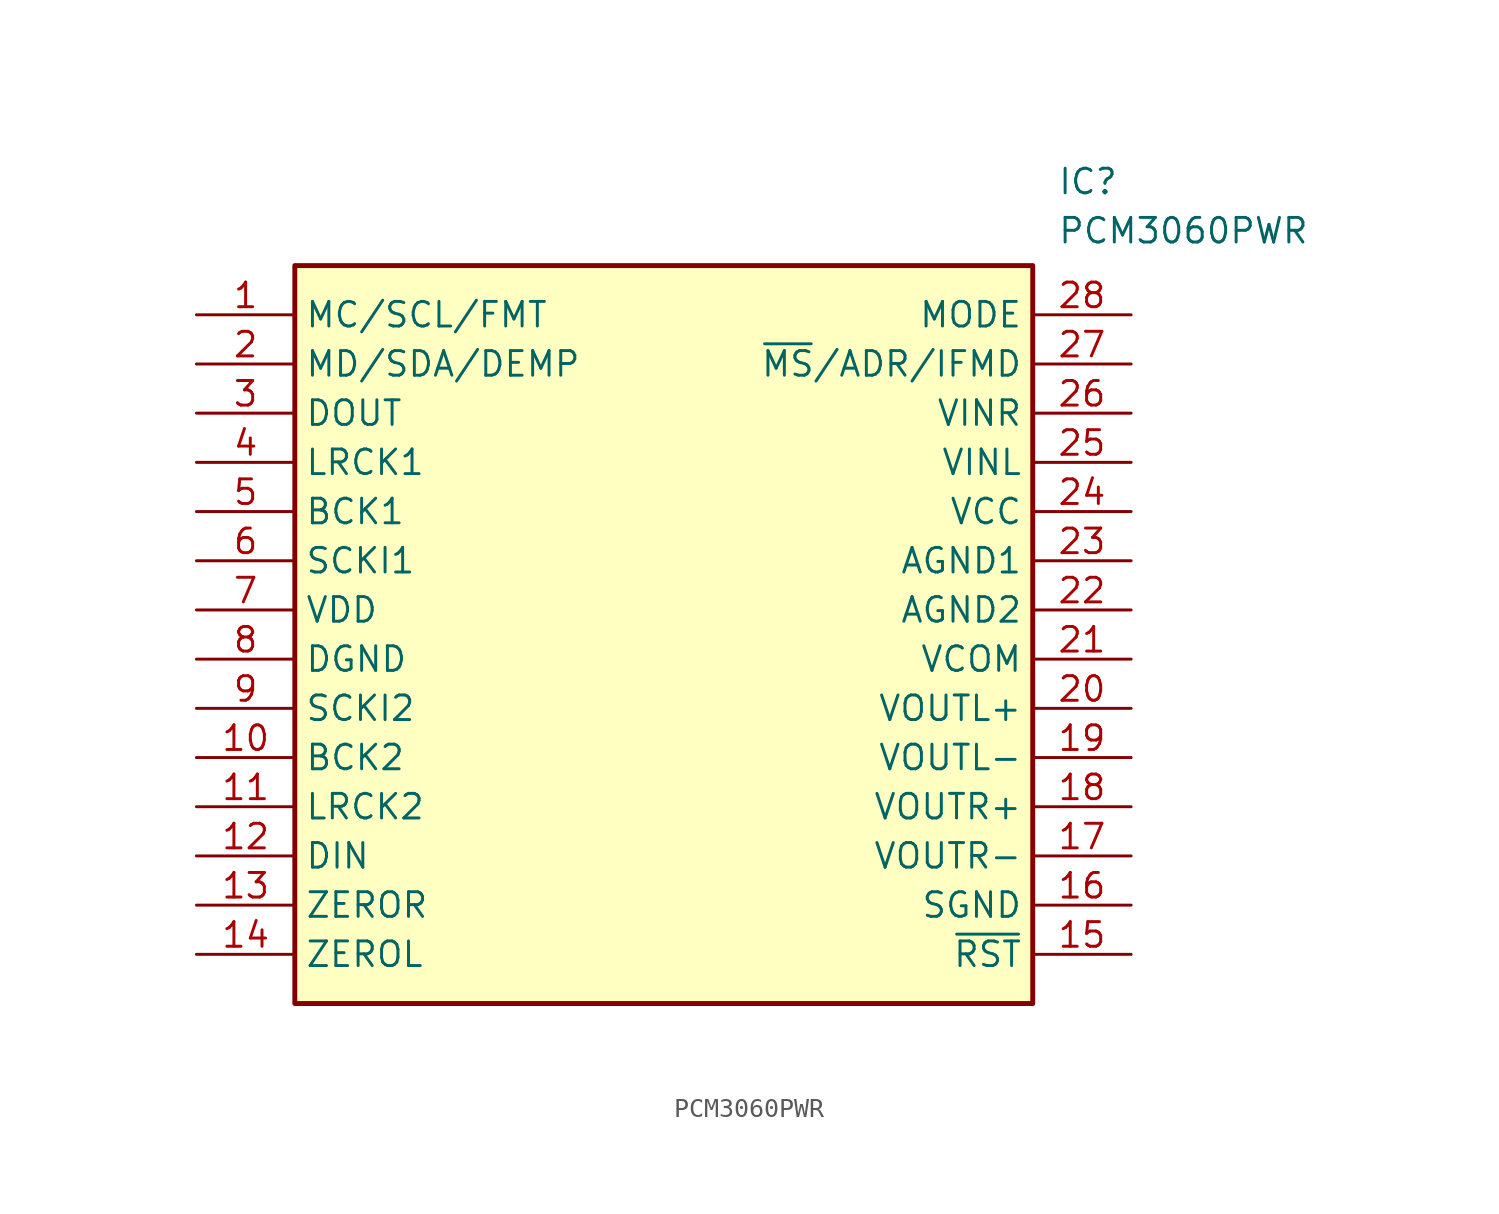
<source format=kicad_sym>
(kicad_symbol_lib
  (version 20211014)
  (generator SamacSys_ECAD_Model)
  (symbol "PCM3060PWR"
    (property "Reference" "IC"
      (at 44.45 7.62 0)
      (effects (font (size 1.27 1.27)) (justify left top)))
    (property "Value" "PCM3060PWR"
      (at 44.45 5.08 0)
      (effects (font (size 1.27 1.27)) (justify left top)))
    (rectangle
      (start 5.08 2.54)
      (end 43.18 -35.56)
      (stroke (width 0.254) (type default))
      (fill (type background)))
    (pin passive line
      (at 0 0 0)
      (length 5.08)
      (name "MC/SCL/FMT" (effects (font (size 1.27 1.27))))
      (number "1" (effects (font (size 1.27 1.27)))))
    (pin passive line
      (at 0 -2.54 0)
      (length 5.08)
      (name "MD/SDA/DEMP" (effects (font (size 1.27 1.27))))
      (number "2" (effects (font (size 1.27 1.27)))))
    (pin passive line
      (at 0 -5.08 0)
      (length 5.08)
      (name "DOUT" (effects (font (size 1.27 1.27))))
      (number "3" (effects (font (size 1.27 1.27)))))
    (pin passive line
      (at 0 -7.62 0)
      (length 5.08)
      (name "LRCK1" (effects (font (size 1.27 1.27))))
      (number "4" (effects (font (size 1.27 1.27)))))
    (pin passive line
      (at 0 -10.16 0)
      (length 5.08)
      (name "BCK1" (effects (font (size 1.27 1.27))))
      (number "5" (effects (font (size 1.27 1.27)))))
    (pin passive line
      (at 0 -12.7 0)
      (length 5.08)
      (name "SCKI1" (effects (font (size 1.27 1.27))))
      (number "6" (effects (font (size 1.27 1.27)))))
    (pin passive line
      (at 0 -15.24 0)
      (length 5.08)
      (name "VDD" (effects (font (size 1.27 1.27))))
      (number "7" (effects (font (size 1.27 1.27)))))
    (pin passive line
      (at 0 -17.78 0)
      (length 5.08)
      (name "DGND" (effects (font (size 1.27 1.27))))
      (number "8" (effects (font (size 1.27 1.27)))))
    (pin passive line
      (at 0 -20.32 0)
      (length 5.08)
      (name "SCKI2" (effects (font (size 1.27 1.27))))
      (number "9" (effects (font (size 1.27 1.27)))))
    (pin passive line
      (at 0 -22.86 0)
      (length 5.08)
      (name "BCK2" (effects (font (size 1.27 1.27))))
      (number "10" (effects (font (size 1.27 1.27)))))
    (pin passive line
      (at 0 -25.4 0)
      (length 5.08)
      (name "LRCK2" (effects (font (size 1.27 1.27))))
      (number "11" (effects (font (size 1.27 1.27)))))
    (pin passive line
      (at 0 -27.94 0)
      (length 5.08)
      (name "DIN" (effects (font (size 1.27 1.27))))
      (number "12" (effects (font (size 1.27 1.27)))))
    (pin passive line
      (at 0 -30.48 0)
      (length 5.08)
      (name "ZEROR" (effects (font (size 1.27 1.27))))
      (number "13" (effects (font (size 1.27 1.27)))))
    (pin passive line
      (at 0 -33.02 0)
      (length 5.08)
      (name "ZEROL" (effects (font (size 1.27 1.27))))
      (number "14" (effects (font (size 1.27 1.27)))))
    (pin passive line
      (at 48.26 0 180)
      (length 5.08)
      (name "MODE" (effects (font (size 1.27 1.27))))
      (number "28" (effects (font (size 1.27 1.27)))))
    (pin passive line
      (at 48.26 -2.54 180)
      (length 5.08)
      (name "~{MS}/ADR/IFMD" (effects (font (size 1.27 1.27))))
      (number "27" (effects (font (size 1.27 1.27)))))
    (pin passive line
      (at 48.26 -5.08 180)
      (length 5.08)
      (name "VINR" (effects (font (size 1.27 1.27))))
      (number "26" (effects (font (size 1.27 1.27)))))
    (pin passive line
      (at 48.26 -7.62 180)
      (length 5.08)
      (name "VINL" (effects (font (size 1.27 1.27))))
      (number "25" (effects (font (size 1.27 1.27)))))
    (pin passive line
      (at 48.26 -10.16 180)
      (length 5.08)
      (name "VCC" (effects (font (size 1.27 1.27))))
      (number "24" (effects (font (size 1.27 1.27)))))
    (pin passive line
      (at 48.26 -12.7 180)
      (length 5.08)
      (name "AGND1" (effects (font (size 1.27 1.27))))
      (number "23" (effects (font (size 1.27 1.27)))))
    (pin passive line
      (at 48.26 -15.24 180)
      (length 5.08)
      (name "AGND2" (effects (font (size 1.27 1.27))))
      (number "22" (effects (font (size 1.27 1.27)))))
    (pin passive line
      (at 48.26 -17.78 180)
      (length 5.08)
      (name "VCOM" (effects (font (size 1.27 1.27))))
      (number "21" (effects (font (size 1.27 1.27)))))
    (pin passive line
      (at 48.26 -20.32 180)
      (length 5.08)
      (name "VOUTL+" (effects (font (size 1.27 1.27))))
      (number "20" (effects (font (size 1.27 1.27)))))
    (pin passive line
      (at 48.26 -22.86 180)
      (length 5.08)
      (name "VOUTL-" (effects (font (size 1.27 1.27))))
      (number "19" (effects (font (size 1.27 1.27)))))
    (pin passive line
      (at 48.26 -25.4 180)
      (length 5.08)
      (name "VOUTR+" (effects (font (size 1.27 1.27))))
      (number "18" (effects (font (size 1.27 1.27)))))
    (pin passive line
      (at 48.26 -27.94 180)
      (length 5.08)
      (name "VOUTR-" (effects (font (size 1.27 1.27))))
      (number "17" (effects (font (size 1.27 1.27)))))
    (pin passive line
      (at 48.26 -30.48 180)
      (length 5.08)
      (name "SGND" (effects (font (size 1.27 1.27))))
      (number "16" (effects (font (size 1.27 1.27)))))
    (pin passive line
      (at 48.26 -33.02 180)
      (length 5.08)
      (name "~{RST}" (effects (font (size 1.27 1.27))))
      (number "15" (effects (font (size 1.27 1.27)))))))
</source>
